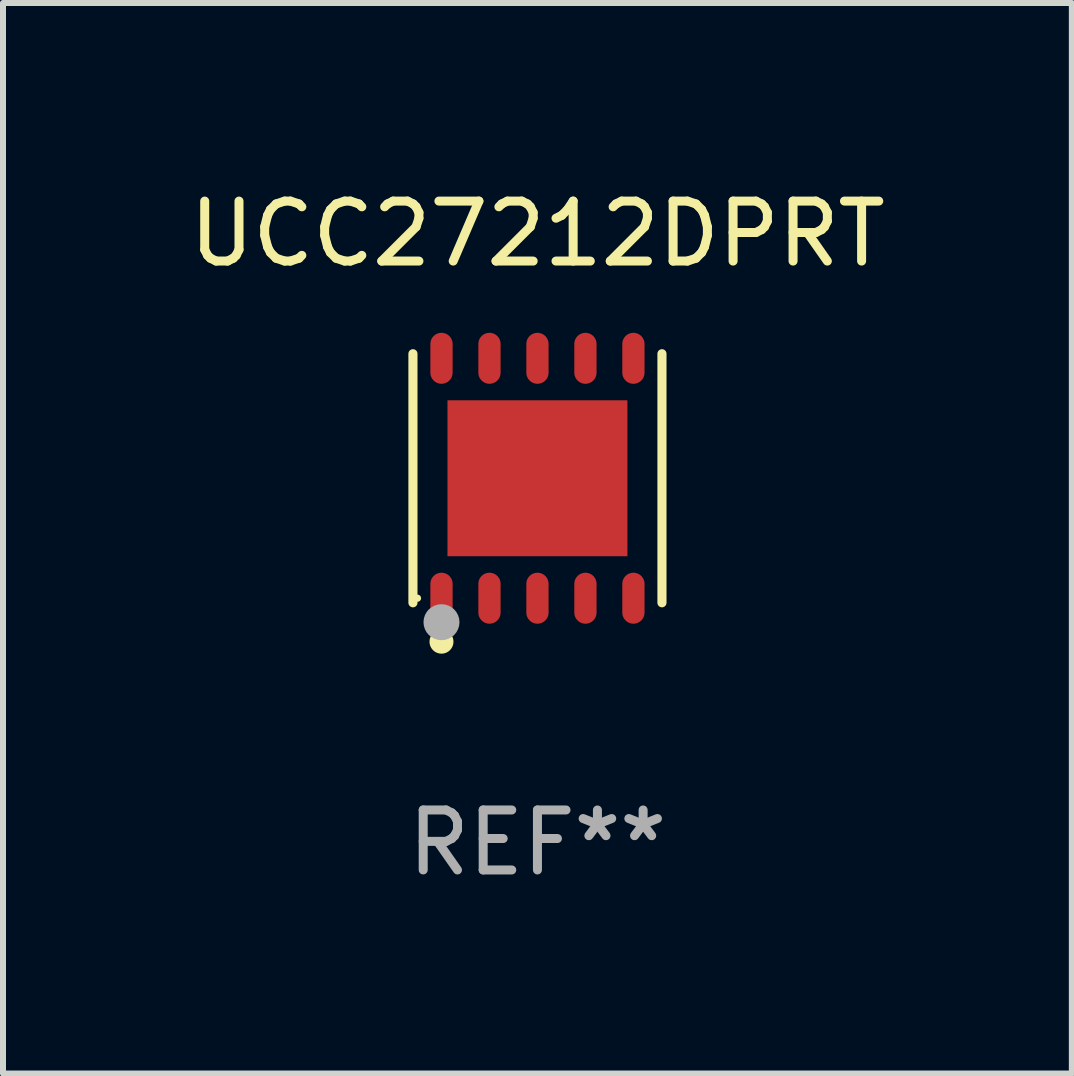
<source format=kicad_pcb>
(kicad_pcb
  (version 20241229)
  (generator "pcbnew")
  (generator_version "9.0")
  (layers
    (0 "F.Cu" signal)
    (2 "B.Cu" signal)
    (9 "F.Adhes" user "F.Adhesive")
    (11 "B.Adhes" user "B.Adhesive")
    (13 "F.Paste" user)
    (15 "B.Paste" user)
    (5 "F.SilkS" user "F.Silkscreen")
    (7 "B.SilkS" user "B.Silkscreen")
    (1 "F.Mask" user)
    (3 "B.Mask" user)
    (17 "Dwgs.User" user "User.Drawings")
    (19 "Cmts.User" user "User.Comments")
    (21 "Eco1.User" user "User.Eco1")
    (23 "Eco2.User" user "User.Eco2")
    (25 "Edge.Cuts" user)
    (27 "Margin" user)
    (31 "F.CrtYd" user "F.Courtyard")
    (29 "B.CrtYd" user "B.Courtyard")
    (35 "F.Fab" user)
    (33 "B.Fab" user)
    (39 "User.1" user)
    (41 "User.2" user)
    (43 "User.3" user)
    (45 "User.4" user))
  (footprint "UCC27212DPRT"
    (layer "F.Cu")
    (at 5.911 4.924)
    (property "Reference" "UCC27212DPRT" (at 0 -4.076 0) (layer "F.SilkS") (effects (font (size 1 1) (thickness 0.15))))
    (attr through_hole)
    (fp_line (start -2.076 2.076) (end -2.076 -2.076) (stroke (width 0.152) (type solid)) (layer "F.SilkS"))
    (fp_line (start 2.076 -2.076) (end 2.076 2.076) (stroke (width 0.152) (type solid)) (layer "F.SilkS"))
    (fp_circle (center -2 2) (end -1.97 2) (stroke (width 0.06) (type solid)) (fill no) (layer "F.SilkS"))
    (fp_circle (center -1.6 2.725) (end -1.5 2.725) (stroke (width 0.2) (type solid)) (fill no) (layer "F.SilkS"))
    (fp_circle (center -1.6 2.4) (end -1.45 2.4) (stroke (width 0.3) (type solid)) (fill no) (layer "F.Fab"))
    (fp_text user "REF**" (at 0 6.076 0) (layer "F.Fab") (effects (font (size 1 1) (thickness 0.15))))
    (pad "1" smd oval (at -1.6 2) (size 0.371 0.85) (layers "F.Cu" "F.Mask" "F.Paste"))
    (pad "2" smd oval (at -0.8 2) (size 0.371 0.85) (layers "F.Cu" "F.Mask" "F.Paste"))
    (pad "3" smd oval (at 0 2) (size 0.371 0.85) (layers "F.Cu" "F.Mask" "F.Paste"))
    (pad "4" smd oval (at 0.8 2) (size 0.371 0.85) (layers "F.Cu" "F.Mask" "F.Paste"))
    (pad "5" smd oval (at 1.6 2) (size 0.371 0.85) (layers "F.Cu" "F.Mask" "F.Paste"))
    (pad "6" smd oval (at 1.6 -2) (size 0.371 0.85) (layers "F.Cu" "F.Mask" "F.Paste"))
    (pad "7" smd oval (at 0.8 -2) (size 0.371 0.85) (layers "F.Cu" "F.Mask" "F.Paste"))
    (pad "8" smd oval (at 0 -2) (size 0.371 0.85) (layers "F.Cu" "F.Mask" "F.Paste"))
    (pad "9" smd oval (at -0.8 -2) (size 0.371 0.85) (layers "F.Cu" "F.Mask" "F.Paste"))
    (pad "10" smd oval (at -1.6 -2) (size 0.371 0.85) (layers "F.Cu" "F.Mask" "F.Paste"))
    (pad "11" smd rect (at 0 0) (size 3 2.6) (layers "F.Cu" "F.Mask" "F.Paste")))
  (gr_rect
    (start -3 -3)
    (end 14.821 14.849)
    (stroke (width 0.1) (type default))
    (fill no)
    (layer "Edge.Cuts")))
</source>
